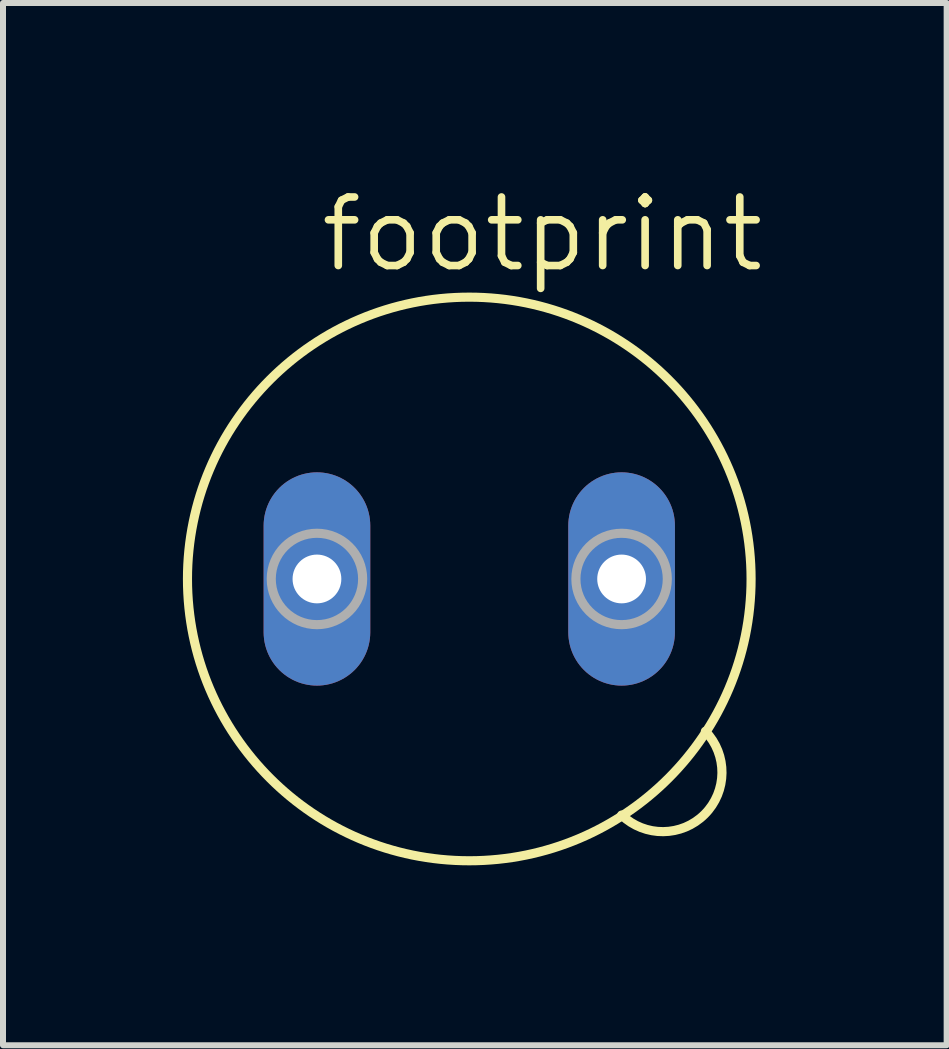
<source format=kicad_pcb>
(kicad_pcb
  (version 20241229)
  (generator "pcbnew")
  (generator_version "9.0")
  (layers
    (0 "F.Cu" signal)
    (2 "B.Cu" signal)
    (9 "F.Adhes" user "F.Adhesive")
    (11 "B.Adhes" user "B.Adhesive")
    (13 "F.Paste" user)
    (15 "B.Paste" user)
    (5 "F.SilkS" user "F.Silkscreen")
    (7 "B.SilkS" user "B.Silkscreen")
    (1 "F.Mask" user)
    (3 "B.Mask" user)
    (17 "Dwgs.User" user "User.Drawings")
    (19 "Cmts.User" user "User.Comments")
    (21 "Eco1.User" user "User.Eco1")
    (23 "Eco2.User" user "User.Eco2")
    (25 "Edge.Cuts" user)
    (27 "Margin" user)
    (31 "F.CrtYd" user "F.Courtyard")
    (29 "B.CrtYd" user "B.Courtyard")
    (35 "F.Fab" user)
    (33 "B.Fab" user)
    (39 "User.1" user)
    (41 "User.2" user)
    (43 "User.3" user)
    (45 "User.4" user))
  (footprint "footprint"
    (layer "F.Cu")
    (at 4.775 6.604)
    (property "Reference" "footprint" (at -2.54 -5.08 0) (layer "F.SilkS") (effects (font (size 1.143 1.143) (thickness 0.127)) (justify left bottom)))
    (fp_arc (start 3.937 2.54) (mid 3.924415 3.924415) (end 2.54 3.937) (stroke (width 0.1524) (type solid)) (layer "F.SilkS"))
    (fp_circle (center 0 0) (end 4.699 0) (stroke (width 0.152) (type solid)) (fill no) (layer "F.SilkS"))
    (fp_circle (center -2.54 0) (end -2.286 0) (stroke (width 0.254) (type solid)) (fill no) (layer "F.Fab"))
    (fp_circle (center -2.54 0) (end -1.778 0) (stroke (width 0.152) (type solid)) (fill no) (layer "F.Fab"))
    (fp_circle (center 2.54 0) (end 2.794 0) (stroke (width 0.254) (type solid)) (fill no) (layer "F.Fab"))
    (fp_circle (center 2.54 0) (end 3.302 0) (stroke (width 0.152) (type solid)) (fill no) (layer "F.Fab"))
    (pad "1" thru_hole oval (at -2.54 0 90) (size 3.556 1.778) (drill 0.813) (layers "*.Cu" "*.Mask"))
    (pad "2" thru_hole oval (at 2.54 0 90) (size 3.556 1.778) (drill 0.813) (layers "*.Cu" "*.Mask")))
  (gr_rect
    (start -3 -3)
    (end 12.735 14.379)
    (stroke (width 0.1) (type default))
    (fill no)
    (layer "Edge.Cuts")))
</source>
